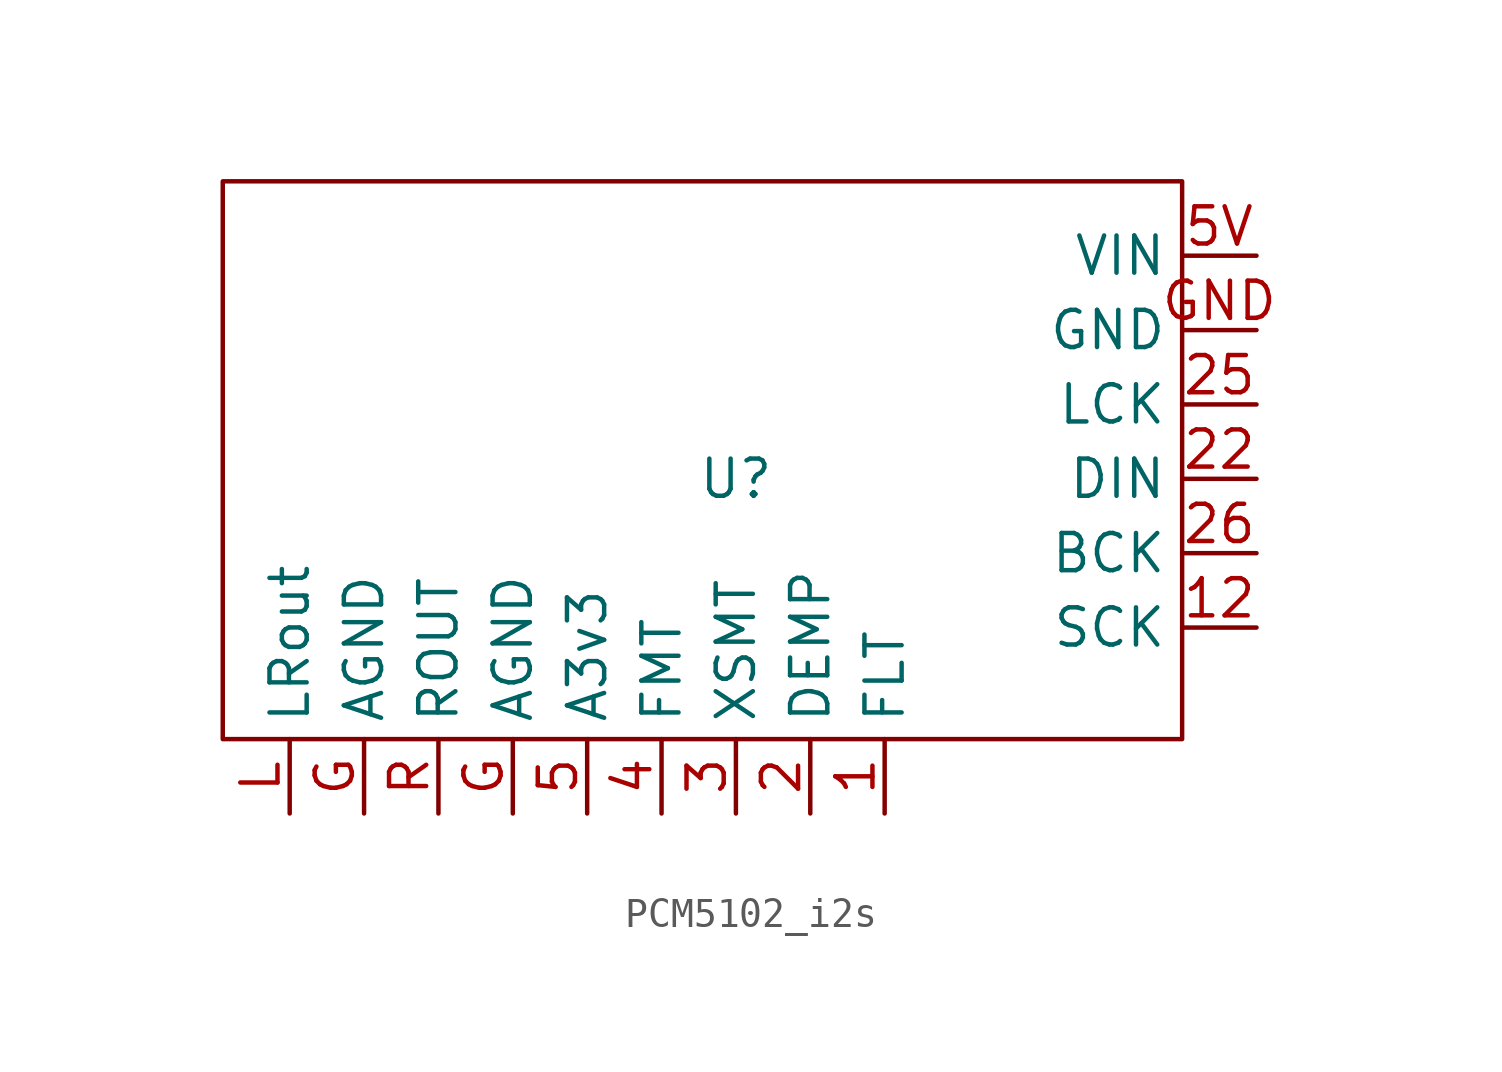
<source format=kicad_sym>
(kicad_symbol_lib
  (version 20241209)
  (generator "kicad_symbol_editor")
  (generator_version "9.0")
  (symbol "PCM5102_i2s"
    (property "Reference" "U"
      (at 0 0 0)
      (effects (font (size 1.27 1.27))))
    (property "Value" ""
      (at 0 0 0)
      (effects (font (size 1.27 1.27))))
    (symbol "PCM5102_i2s_0_1"
      (rectangle (start -17.526 10.16) (end 15.24 -8.89) (stroke (width 0) (type default)) (fill (type none))))
    (symbol "PCM5102_i2s_1_1"
      (pin output line (at -15.24 -11.43 90) (length 2.54) (name "LRout" (effects (font (size 1.27 1.27)))) (number "L" (effects (font (size 1.27 1.27)))))
      (pin power_in line (at -12.7 -11.43 90) (length 2.54) (name "AGND" (effects (font (size 1.27 1.27)))) (number "G" (effects (font (size 1.27 1.27)))))
      (pin output line (at -10.16 -11.43 90) (length 2.54) (name "ROUT" (effects (font (size 1.27 1.27)))) (number "R" (effects (font (size 1.27 1.27)))))
      (pin power_in line (at -7.62 -11.43 90) (length 2.54) (name "AGND" (effects (font (size 1.27 1.27)))) (number "G" (effects (font (size 1.27 1.27)))))
      (pin power_in line (at -5.08 -11.43 90) (length 2.54) (name "A3v3" (effects (font (size 1.27 1.27)))) (number "5" (effects (font (size 1.27 1.27)))))
      (pin input line (at -2.54 -11.43 90) (length 2.54) (name "FMT" (effects (font (size 1.27 1.27)))) (number "4" (effects (font (size 1.27 1.27)))))
      (pin input line (at 0 -11.43 90) (length 2.54) (name "XSMT" (effects (font (size 1.27 1.27)))) (number "3" (effects (font (size 1.27 1.27)))))
      (pin input line (at 2.54 -11.43 90) (length 2.54) (name "DEMP" (effects (font (size 1.27 1.27)))) (number "2" (effects (font (size 1.27 1.27)))))
      (pin input line (at 5.08 -11.43 90) (length 2.54) (name "FLT" (effects (font (size 1.27 1.27)))) (number "1" (effects (font (size 1.27 1.27)))))
      (pin power_in line (at 17.78 7.62 180) (length 2.54) (name "VIN" (effects (font (size 1.27 1.27)))) (number "5V" (effects (font (size 1.27 1.27)))))
      (pin power_in line (at 17.78 5.08 180) (length 2.54) (name "GND" (effects (font (size 1.27 1.27)))) (number "GND" (effects (font (size 1.27 1.27)))))
      (pin input line (at 17.78 2.54 180) (length 2.54) (name "LCK" (effects (font (size 1.27 1.27)))) (number "25" (effects (font (size 1.27 1.27)))))
      (pin input line (at 17.78 0 180) (length 2.54) (name "DIN" (effects (font (size 1.27 1.27)))) (number "22" (effects (font (size 1.27 1.27)))))
      (pin input line (at 17.78 -2.54 180) (length 2.54) (name "BCK" (effects (font (size 1.27 1.27)))) (number "26" (effects (font (size 1.27 1.27)))))
      (pin bidirectional line (at 17.78 -5.08 180) (length 2.54) (name "SCK" (effects (font (size 1.27 1.27)))) (number "12" (effects (font (size 1.27 1.27))))))))
</source>
